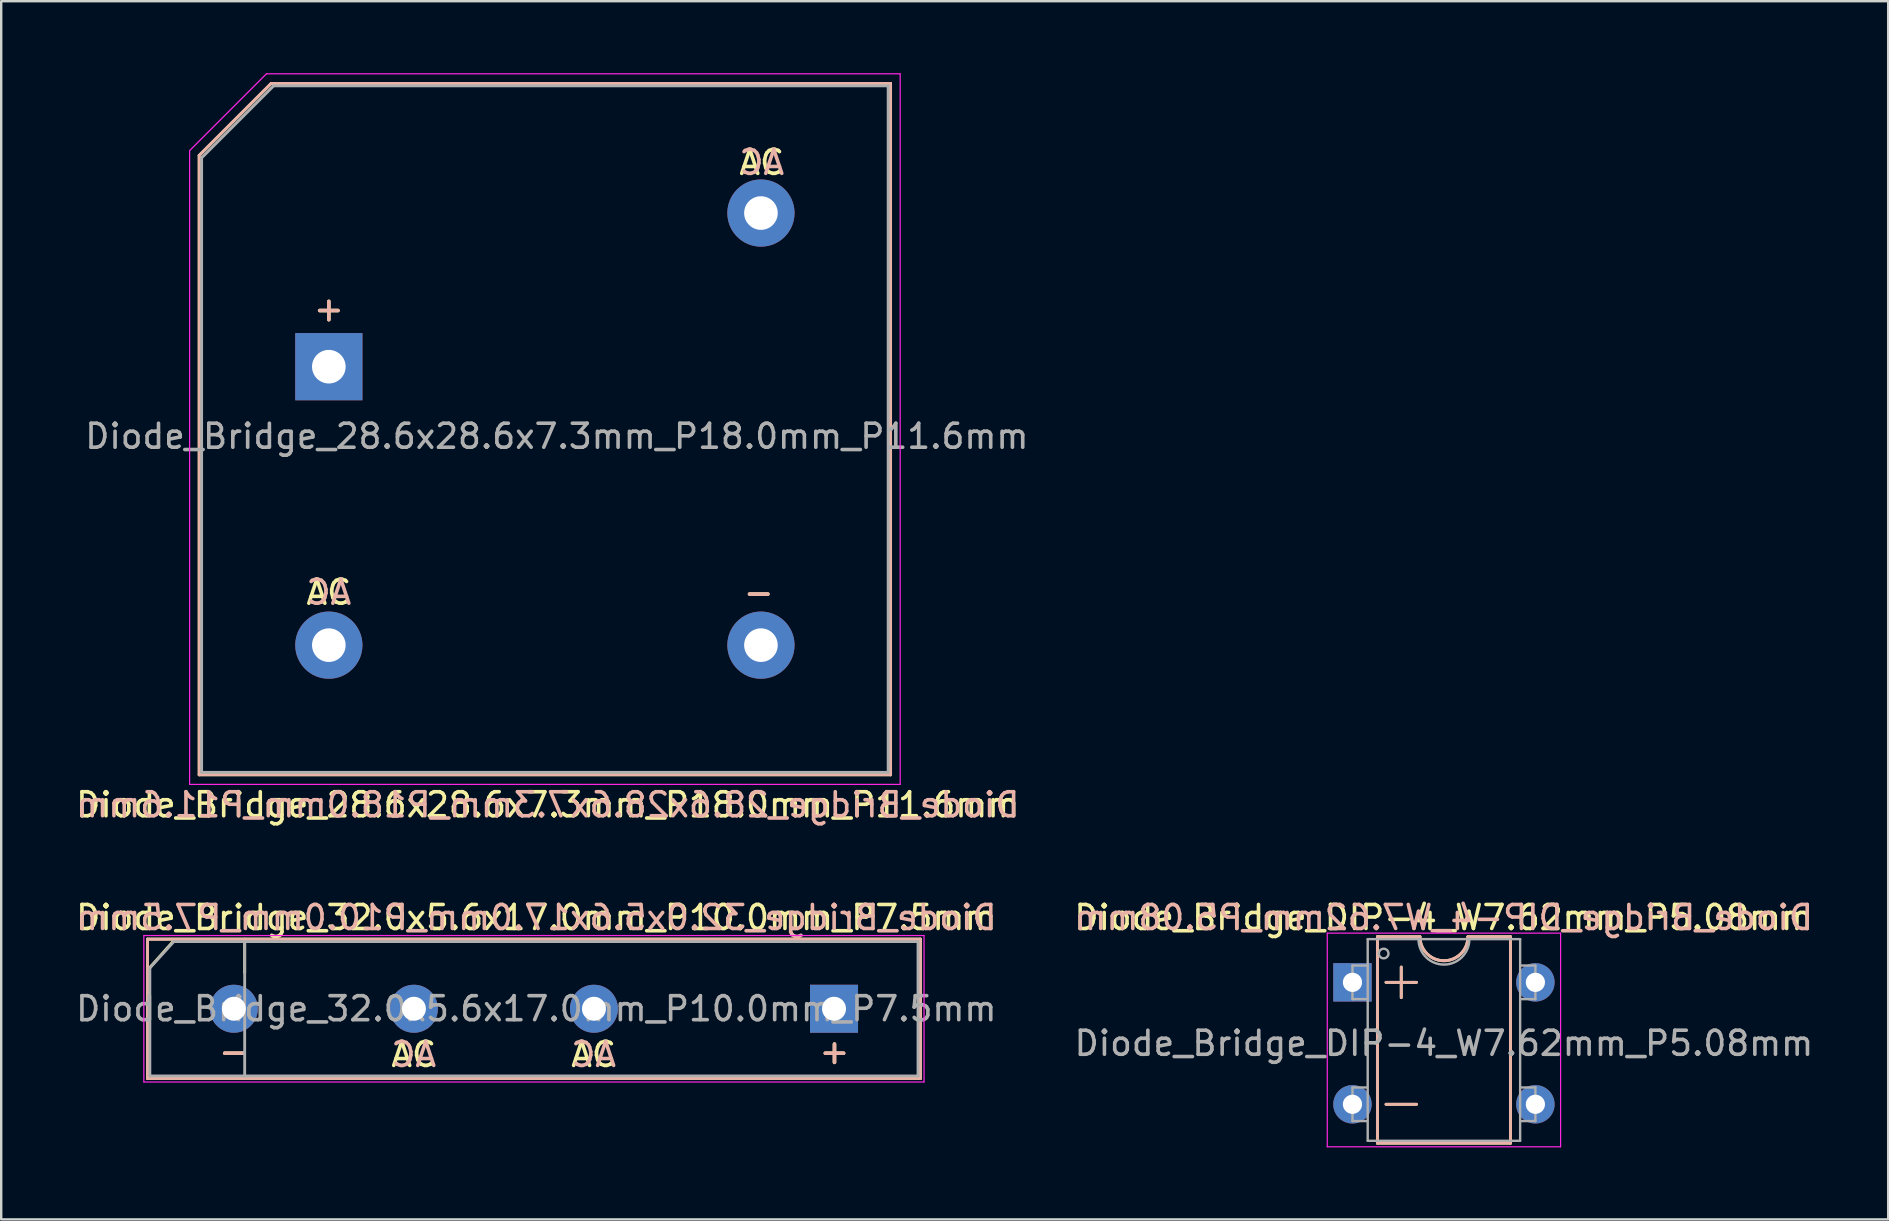
<source format=kicad_pcb>
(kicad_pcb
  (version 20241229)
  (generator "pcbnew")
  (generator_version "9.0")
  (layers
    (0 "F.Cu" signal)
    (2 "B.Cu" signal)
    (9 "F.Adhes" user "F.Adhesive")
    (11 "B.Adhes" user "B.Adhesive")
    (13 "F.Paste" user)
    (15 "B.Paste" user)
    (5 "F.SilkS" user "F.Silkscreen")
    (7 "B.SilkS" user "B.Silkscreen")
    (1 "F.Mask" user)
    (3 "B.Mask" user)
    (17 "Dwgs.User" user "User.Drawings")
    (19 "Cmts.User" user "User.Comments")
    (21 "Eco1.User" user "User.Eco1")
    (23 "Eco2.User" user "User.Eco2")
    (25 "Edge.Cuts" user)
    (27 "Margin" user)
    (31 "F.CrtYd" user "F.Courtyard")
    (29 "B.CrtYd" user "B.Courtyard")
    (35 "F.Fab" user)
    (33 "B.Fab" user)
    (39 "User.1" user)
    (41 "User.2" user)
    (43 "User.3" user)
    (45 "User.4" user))
  (footprint "Diode_Bridge_32.0x5.6x17.0mm_P10.0mm_P7.5mm"
    (layer "F.Cu")
    (at 31.692 38.971)
    (property "Reference" "Diode_Bridge_32.0x5.6x17.0mm_P10.0mm_P7.5mm" (at -12.4 -3.8 180) (layer "F.SilkS") (effects (font (size 1 1) (thickness 0.15))))
    (fp_line (start -28.6 -2.9) (end 3.6 -2.9) (stroke (width 0.12) (type solid)) (layer "F.SilkS"))
    (fp_line (start -28.6 2.9) (end -28.6 -2.9) (stroke (width 0.12) (type solid)) (layer "F.SilkS"))
    (fp_line (start -28.556 -1.651) (end -27.54 -2.794) (stroke (width 0.12) (type solid)) (layer "F.SilkS"))
    (fp_line (start -24.55 -2.9) (end -24.55 -1.5) (stroke (width 0.12) (type solid)) (layer "F.SilkS"))
    (fp_line (start 3.6 -2.9) (end 3.6 2.9) (stroke (width 0.12) (type solid)) (layer "F.SilkS"))
    (fp_line (start 3.6 2.9) (end -28.6 2.9) (stroke (width 0.12) (type solid)) (layer "F.SilkS"))
    (fp_line (start -28.6 -2.9) (end 3.6 -2.9) (stroke (width 0.12) (type solid)) (layer "B.SilkS"))
    (fp_line (start -28.6 2.9) (end -28.6 -2.9) (stroke (width 0.12) (type solid)) (layer "B.SilkS"))
    (fp_line (start 3.6 -2.9) (end 3.6 2.9) (stroke (width 0.12) (type solid)) (layer "B.SilkS"))
    (fp_line (start 3.6 2.9) (end -28.6 2.9) (stroke (width 0.12) (type solid)) (layer "B.SilkS"))
    (fp_line (start -28.75 -3.05) (end 3.75 -3.05) (stroke (width 0.05) (type solid)) (layer "F.CrtYd"))
    (fp_line (start -28.75 3.05) (end -28.75 -3.05) (stroke (width 0.05) (type solid)) (layer "F.CrtYd"))
    (fp_line (start 3.75 -3.05) (end 3.75 3.05) (stroke (width 0.05) (type solid)) (layer "F.CrtYd"))
    (fp_line (start 3.75 3.05) (end -28.75 3.05) (stroke (width 0.05) (type solid)) (layer "F.CrtYd"))
    (fp_line (start -28.5 -1.7) (end -28.5 2.8) (stroke (width 0.12) (type solid)) (layer "F.Fab"))
    (fp_line (start -28.5 2.8) (end 3.5 2.8) (stroke (width 0.12) (type solid)) (layer "F.Fab"))
    (fp_line (start -27.5 -2.8) (end -28.5 -1.7) (stroke (width 0.12) (type solid)) (layer "F.Fab"))
    (fp_line (start -24.55 -2.8) (end -24.55 2.8) (stroke (width 0.12) (type solid)) (layer "F.Fab"))
    (fp_line (start 3.5 -2.8) (end -27.5 -2.8) (stroke (width 0.12) (type solid)) (layer "F.Fab"))
    (fp_line (start 3.5 2.8) (end 3.5 -2.8) (stroke (width 0.12) (type solid)) (layer "F.Fab"))
    (fp_text user "+" (at 0.019 1.778 0) (layer "F.SilkS") (effects (font (size 1 1) (thickness 0.15))))
    (fp_text user "-" (at -25 1.778 0) (layer "F.SilkS") (effects (font (size 1 1) (thickness 0.15))))
    (fp_text user "AC" (at -10.014 1.905 0) (layer "F.SilkS") (effects (font (size 1 1) (thickness 0.15))))
    (fp_text user "AC" (at -17.507 1.905 0) (layer "F.SilkS") (effects (font (size 1 1) (thickness 0.15))))
    (fp_text user "AC" (at -10.014 1.905 0) (layer "B.SilkS") (effects (font (size 1 1) (thickness 0.15)) (justify mirror)))
    (fp_text user "-" (at -25 1.778 0) (layer "B.SilkS") (effects (font (size 1 1) (thickness 0.15)) (justify mirror)))
    (fp_text user "+" (at 0.019 1.778 0) (layer "B.SilkS") (effects (font (size 1 1) (thickness 0.15)) (justify mirror)))
    (fp_text user "AC" (at -17.507 1.905 0) (layer "B.SilkS") (effects (font (size 1 1) (thickness 0.15)) (justify mirror)))
    (fp_text user "${REFERENCE}" (at -12.4 -3.8 0) (layer "B.SilkS") (effects (font (size 1 1) (thickness 0.15)) (justify mirror)))
    (fp_text user "${REFERENCE}" (at -12.4 0 180) (layer "F.Fab") (effects (font (size 1 1) (thickness 0.15))))
    (pad "1" thru_hole rect (at 0 0) (size 2 2) (drill 1) (layers "*.Cu" "*.Mask"))
    (pad "2" thru_hole circle (at -10 0) (size 2 2) (drill 1) (layers "*.Cu" "*.Mask"))
    (pad "3" thru_hole circle (at -17.5 0) (size 2 2) (drill 1) (layers "*.Cu" "*.Mask"))
    (pad "4" thru_hole circle (at -25 0) (size 2 2) (drill 1) (layers "*.Cu" "*.Mask")))
  (footprint "Diode_Bridge_DIP-4_W7.62mm_P5.08mm"
    (layer "F.Cu")
    (at 53.289 37.871)
    (property "Reference" "Diode_Bridge_DIP-4_W7.62mm_P5.08mm" (at 3.8 -2.7 0) (layer "F.SilkS") (effects (font (size 1 1) (thickness 0.15))))
    (fp_line (start 1.04 -1.9) (end 1.04 6.7) (stroke (width 0.12) (type solid)) (layer "F.SilkS"))
    (fp_line (start 1.04 6.7) (end 6.58 6.7) (stroke (width 0.12) (type solid)) (layer "F.SilkS"))
    (fp_line (start 1.397 0) (end 2.54 0) (stroke (width 0.12) (type solid)) (layer "F.SilkS"))
    (fp_line (start 2.032 0) (end 2.032 -0.635) (stroke (width 0.12) (type solid)) (layer "F.SilkS"))
    (fp_line (start 2.032 0) (end 2.032 0.635) (stroke (width 0.12) (type solid)) (layer "F.SilkS"))
    (fp_line (start 2.54 0) (end 2.667 0) (stroke (width 0.12) (type solid)) (layer "F.SilkS"))
    (fp_line (start 2.667 5.08) (end 1.397 5.08) (stroke (width 0.12) (type solid)) (layer "F.SilkS"))
    (fp_line (start 2.81 -1.9) (end 1.04 -1.9) (stroke (width 0.12) (type solid)) (layer "F.SilkS"))
    (fp_line (start 6.58 -1.9) (end 4.81 -1.9) (stroke (width 0.12) (type solid)) (layer "F.SilkS"))
    (fp_line (start 6.58 6.7) (end 6.58 -1.9) (stroke (width 0.12) (type solid)) (layer "F.SilkS"))
    (fp_arc (start 4.81 -1.9) (mid 3.81 -0.9) (end 2.81 -1.9) (stroke (width 0.12) (type solid)) (layer "F.SilkS"))
    (fp_line (start 1.041 -1.9) (end 1.041 6.7) (stroke (width 0.12) (type solid)) (layer "B.SilkS"))
    (fp_line (start 1.041 6.7) (end 6.581 6.7) (stroke (width 0.12) (type solid)) (layer "B.SilkS"))
    (fp_line (start 1.398 0) (end 2.541 0) (stroke (width 0.12) (type solid)) (layer "B.SilkS"))
    (fp_line (start 2.033 0) (end 2.033 -0.635) (stroke (width 0.12) (type solid)) (layer "B.SilkS"))
    (fp_line (start 2.033 0) (end 2.033 0.635) (stroke (width 0.12) (type solid)) (layer "B.SilkS"))
    (fp_line (start 2.541 0) (end 2.668 0) (stroke (width 0.12) (type solid)) (layer "B.SilkS"))
    (fp_line (start 2.668 5.08) (end 1.398 5.08) (stroke (width 0.12) (type solid)) (layer "B.SilkS"))
    (fp_line (start 2.811 -1.9) (end 1.041 -1.9) (stroke (width 0.12) (type solid)) (layer "B.SilkS"))
    (fp_line (start 6.581 -1.9) (end 4.811 -1.9) (stroke (width 0.12) (type solid)) (layer "B.SilkS"))
    (fp_line (start 6.581 6.7) (end 6.581 -1.9) (stroke (width 0.12) (type solid)) (layer "B.SilkS"))
    (fp_arc (start 4.8114 -1.9) (mid 3.8114 -0.9) (end 2.8114 -1.9) (stroke (width 0.12) (type solid)) (layer "B.SilkS"))
    (fp_line (start -1.05 -2.05) (end -1.05 6.85) (stroke (width 0.05) (type solid)) (layer "F.CrtYd"))
    (fp_line (start -1.05 -2.05) (end 8.67 -2.05) (stroke (width 0.05) (type solid)) (layer "F.CrtYd"))
    (fp_line (start 8.67 6.85) (end -1.05 6.85) (stroke (width 0.05) (type solid)) (layer "F.CrtYd"))
    (fp_line (start 8.67 6.85) (end 8.67 -2.05) (stroke (width 0.05) (type solid)) (layer "F.CrtYd"))
    (fp_line (start 0 -0.7) (end 0 0.7) (stroke (width 0.1) (type solid)) (layer "F.Fab"))
    (fp_line (start 0 -0.7) (end 0.6 -0.7) (stroke (width 0.1) (type solid)) (layer "F.Fab"))
    (fp_line (start 0 0.7) (end 0.6 0.7) (stroke (width 0.1) (type solid)) (layer "F.Fab"))
    (fp_line (start 0 4.38) (end 0 5.78) (stroke (width 0.1) (type solid)) (layer "F.Fab"))
    (fp_line (start 0 4.38) (end 0.6 4.38) (stroke (width 0.1) (type solid)) (layer "F.Fab"))
    (fp_line (start 0 5.78) (end 0.6 5.78) (stroke (width 0.1) (type solid)) (layer "F.Fab"))
    (fp_line (start 0.635 -1.8) (end 6.985 -1.8) (stroke (width 0.1) (type solid)) (layer "F.Fab"))
    (fp_line (start 0.635 6.6) (end 0.635 -1.8) (stroke (width 0.1) (type solid)) (layer "F.Fab"))
    (fp_line (start 6.985 -1.8) (end 6.985 6.6) (stroke (width 0.1) (type solid)) (layer "F.Fab"))
    (fp_line (start 6.985 6.6) (end 0.635 6.6) (stroke (width 0.1) (type solid)) (layer "F.Fab"))
    (fp_line (start 7.62 -0.7) (end 7.02 -0.7) (stroke (width 0.1) (type solid)) (layer "F.Fab"))
    (fp_line (start 7.62 0.7) (end 7.02 0.7) (stroke (width 0.1) (type solid)) (layer "F.Fab"))
    (fp_line (start 7.62 0.7) (end 7.62 -0.7) (stroke (width 0.1) (type solid)) (layer "F.Fab"))
    (fp_line (start 7.62 4.38) (end 7.02 4.38) (stroke (width 0.1) (type solid)) (layer "F.Fab"))
    (fp_line (start 7.62 5.78) (end 7.02 5.78) (stroke (width 0.1) (type solid)) (layer "F.Fab"))
    (fp_line (start 7.62 5.78) (end 7.62 4.38) (stroke (width 0.1) (type solid)) (layer "F.Fab"))
    (fp_arc (start 4.87 -1.8) (mid 3.81 -0.74) (end 2.75 -1.8) (stroke (width 0.1) (type solid)) (layer "F.Fab"))
    (fp_circle (center 1.3 -1.2) (end 1.5 -1.2) (stroke (width 0.1) (type solid)) (fill no) (layer "F.Fab"))
    (fp_text user "${REFERENCE}" (at 3.8 -2.7 0) (layer "B.SilkS") (effects (font (size 1 1) (thickness 0.15)) (justify mirror)))
    (fp_text user "${REFERENCE}" (at 3.81 2.54 0) (layer "F.Fab") (effects (font (size 1 1) (thickness 0.15))))
    (pad "1" thru_hole rect (at 0 0) (size 1.6 1.6) (drill 0.8) (layers "*.Cu" "*.Mask"))
    (pad "2" thru_hole oval (at 0 5.08) (size 1.6 1.6) (drill 0.8) (layers "*.Cu" "*.Mask"))
    (pad "3" thru_hole oval (at 7.62 5.08) (size 1.6 1.6) (drill 0.8) (layers "*.Cu" "*.Mask"))
    (pad "4" thru_hole oval (at 7.62 0) (size 1.6 1.6) (drill 0.8) (layers "*.Cu" "*.Mask")))
  (footprint "Diode_Bridge_28.6x28.6x7.3mm_P18.0mm_P11.6mm"
    (layer "F.Cu")
    (at 10.648 12.225)
    (property "Reference" "Diode_Bridge_28.6x28.6x7.3mm_P18.0mm_P11.6mm" (at 9.12 18.25 180) (layer "F.SilkS") (effects (font (size 1 1) (thickness 0.15))))
    (fp_line (start -5.4 -8.8) (end -5.4 17) (stroke (width 0.12) (type solid)) (layer "F.SilkS"))
    (fp_line (start -5.4 17) (end 23.4 17) (stroke (width 0.12) (type solid)) (layer "F.SilkS"))
    (fp_line (start -2.4 -11.8) (end -5.4 -8.8) (stroke (width 0.12) (type solid)) (layer "F.SilkS"))
    (fp_line (start 23.4 -11.8) (end -2.4 -11.8) (stroke (width 0.12) (type solid)) (layer "F.SilkS"))
    (fp_line (start 23.4 17) (end 23.4 -11.8) (stroke (width 0.12) (type solid)) (layer "F.SilkS"))
    (fp_line (start -5.4 -8.8) (end -5.4 17) (stroke (width 0.12) (type solid)) (layer "B.SilkS"))
    (fp_line (start -5.4 17) (end 23.4 17) (stroke (width 0.12) (type solid)) (layer "B.SilkS"))
    (fp_line (start -2.4 -11.8) (end -5.4 -8.8) (stroke (width 0.12) (type solid)) (layer "B.SilkS"))
    (fp_line (start 23.4 -11.8) (end -2.4 -11.8) (stroke (width 0.12) (type solid)) (layer "B.SilkS"))
    (fp_line (start 23.4 17) (end 23.4 -11.8) (stroke (width 0.12) (type solid)) (layer "B.SilkS"))
    (fp_line (start -5.8 -9) (end -5.8 17.4) (stroke (width 0.05) (type solid)) (layer "F.CrtYd"))
    (fp_line (start -5.8 17.4) (end 23.8 17.4) (stroke (width 0.05) (type solid)) (layer "F.CrtYd"))
    (fp_line (start -2.6 -12.2) (end -5.8 -9) (stroke (width 0.05) (type solid)) (layer "F.CrtYd"))
    (fp_line (start 23.8 -12.2) (end -2.6 -12.2) (stroke (width 0.05) (type solid)) (layer "F.CrtYd"))
    (fp_line (start 23.8 17.4) (end 23.8 -12.2) (stroke (width 0.05) (type solid)) (layer "F.CrtYd"))
    (fp_line (start -5.3 -8.7) (end -5.3 16.9) (stroke (width 0.12) (type solid)) (layer "F.Fab"))
    (fp_line (start -5.3 16.9) (end 23.3 16.9) (stroke (width 0.12) (type solid)) (layer "F.Fab"))
    (fp_line (start -2.3 -11.7) (end -5.3 -8.7) (stroke (width 0.12) (type solid)) (layer "F.Fab"))
    (fp_line (start 23.3 -11.7) (end -2.3 -11.7) (stroke (width 0.12) (type solid)) (layer "F.Fab"))
    (fp_line (start 23.3 16.9) (end 23.3 -11.7) (stroke (width 0.12) (type solid)) (layer "F.Fab"))
    (fp_text user "+" (at 0 -2.413 0) (layer "F.SilkS") (effects (font (size 1 1) (thickness 0.15))))
    (fp_text user "AC" (at 18.034 -8.509 0) (layer "F.SilkS") (effects (font (size 1 1) (thickness 0.15))))
    (fp_text user "AC" (at 0 9.398 0) (layer "F.SilkS") (effects (font (size 1 1) (thickness 0.15))))
    (fp_text user "-" (at 17.907 9.398 0) (layer "F.SilkS") (effects (font (size 1 1) (thickness 0.15))))
    (fp_text user "AC" (at 18.034 -8.509 0) (layer "B.SilkS") (effects (font (size 1 1) (thickness 0.15)) (justify mirror)))
    (fp_text user "+" (at 0 -2.413 0) (layer "B.SilkS") (effects (font (size 1 1) (thickness 0.15)) (justify mirror)))
    (fp_text user "-" (at 17.907 9.398 0) (layer "B.SilkS") (effects (font (size 1 1) (thickness 0.15)) (justify mirror)))
    (fp_text user "${REFERENCE}" (at 9.12 18.25 0) (layer "B.SilkS") (effects (font (size 1 1) (thickness 0.15)) (justify mirror)))
    (fp_text user "AC" (at 0 9.398 0) (layer "B.SilkS") (effects (font (size 1 1) (thickness 0.15)) (justify mirror)))
    (fp_text user "${REFERENCE}" (at 9.5 2.9 180) (layer "F.Fab") (effects (font (size 1 1) (thickness 0.15))))
    (pad "1" thru_hole rect (at 0 0 180) (size 2.8 2.8) (drill 1.4) (layers "*.Cu" "*.Mask"))
    (pad "2" thru_hole circle (at 0 11.6 180) (size 2.8 2.8) (drill 1.4) (layers "*.Cu" "*.Mask"))
    (pad "3" thru_hole circle (at 18 11.6 180) (size 2.8 2.8) (drill 1.4) (layers "*.Cu" "*.Mask"))
    (pad "4" thru_hole circle (at 18 -6.4 180) (size 2.8 2.8) (drill 1.4) (layers "*.Cu" "*.Mask")))
  (gr_rect
    (start -3 -3)
    (end 75.605 47.746)
    (stroke (width 0.1) (type default))
    (fill no)
    (layer "Edge.Cuts")))
</source>
